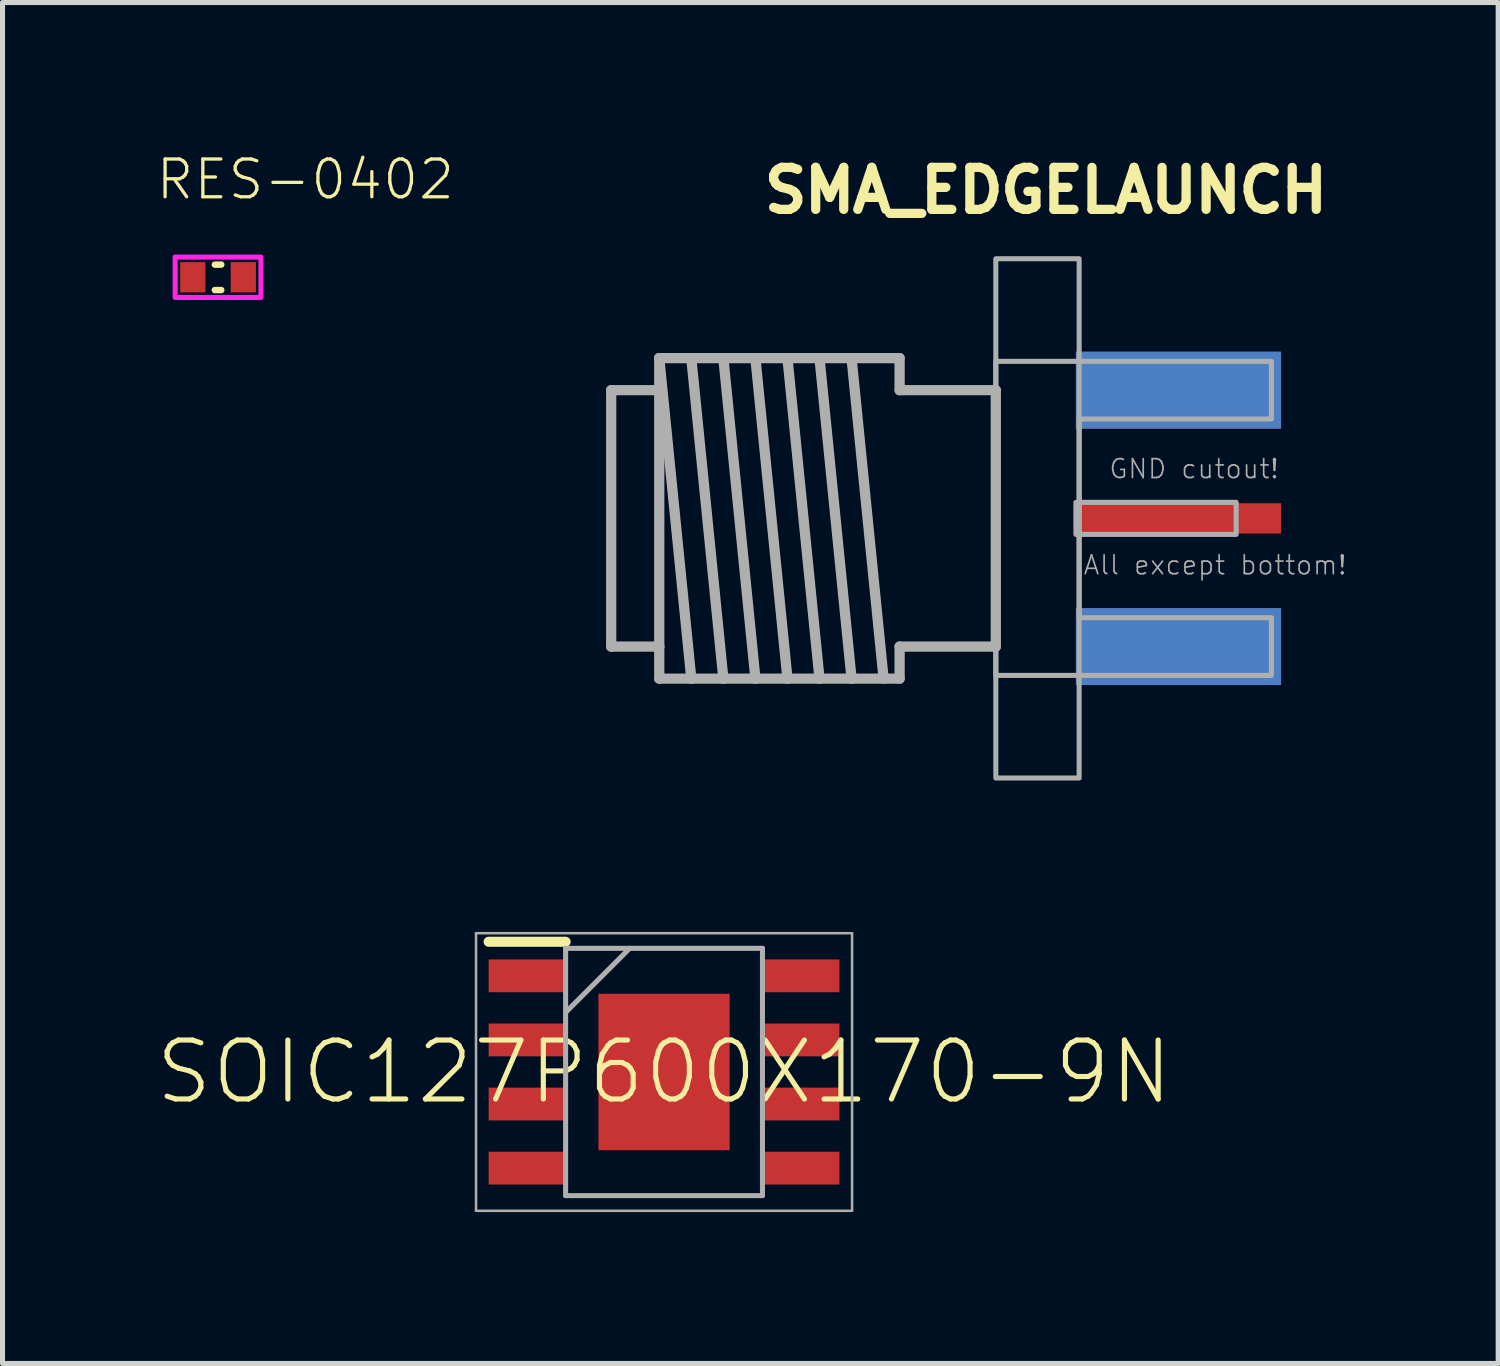
<source format=kicad_pcb>
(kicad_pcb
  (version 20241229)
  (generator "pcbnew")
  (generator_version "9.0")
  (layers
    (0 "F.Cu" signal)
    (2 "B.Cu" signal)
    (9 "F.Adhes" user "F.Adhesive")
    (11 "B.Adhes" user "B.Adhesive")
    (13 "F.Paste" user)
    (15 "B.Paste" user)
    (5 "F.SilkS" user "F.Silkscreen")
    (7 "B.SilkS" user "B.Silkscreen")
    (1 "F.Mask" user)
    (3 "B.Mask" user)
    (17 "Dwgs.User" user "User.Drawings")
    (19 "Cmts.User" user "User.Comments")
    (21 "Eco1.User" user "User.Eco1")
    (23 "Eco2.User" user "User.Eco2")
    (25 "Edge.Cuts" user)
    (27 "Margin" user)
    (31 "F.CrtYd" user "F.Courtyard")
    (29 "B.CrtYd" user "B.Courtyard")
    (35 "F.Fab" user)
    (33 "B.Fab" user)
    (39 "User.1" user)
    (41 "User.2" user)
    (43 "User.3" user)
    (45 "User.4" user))
  (footprint "RES-0402"
    (layer "F.Cu")
    (at 1.27 2.443)
    (property "Reference" "RES-0402" (at -1.27 -1.5 0) (unlocked yes) (layer "F.SilkS") (effects (font (size 0.748 0.748) (thickness 0.065)) (justify left bottom)))
    (fp_line (start -0.064 -0.25) (end 0.064 -0.25) (stroke (width 0.127) (type solid)) (layer "F.SilkS"))
    (fp_line (start -0.064 0.254) (end 0.064 0.254) (stroke (width 0.127) (type solid)) (layer "F.SilkS"))
    (fp_poly (pts (xy 0.85 0.4) (xy -0.85 0.4) (xy -0.85 -0.4) (xy 0.85 -0.4)) (stroke (width 0.1) (type default)) (fill no) (layer "F.CrtYd"))
    (pad "P$1" smd rect (at -0.5 0) (size 0.5 0.6) (layers "F.Cu" "F.Mask" "F.Paste"))
    (pad "P$2" smd rect (at 0.5 0) (size 0.5 0.6) (layers "F.Cu" "F.Mask" "F.Paste")))
  (footprint "SOIC127P600X170-9N"
    (layer "F.Cu")
    (at 10.106 18.188)
    (property "Reference" "SOIC127P600X170-9N" (at 0 0 0) (unlocked yes) (layer "F.SilkS") (effects (font (size 1.168 1.168) (thickness 0.102))))
    (fp_line (start -3.475 -2.58) (end -1.95 -2.58) (stroke (width 0.2) (type solid)) (layer "F.SilkS"))
    (fp_line (start -3.725 -2.75) (end 3.725 -2.75) (stroke (width 0.05) (type solid)) (layer "F.Fab"))
    (fp_line (start -3.725 2.75) (end -3.725 -2.75) (stroke (width 0.05) (type solid)) (layer "F.Fab"))
    (fp_line (start -1.95 -2.45) (end 1.95 -2.45) (stroke (width 0.1) (type solid)) (layer "F.Fab"))
    (fp_line (start -1.95 -1.18) (end -0.68 -2.45) (stroke (width 0.1) (type solid)) (layer "F.Fab"))
    (fp_line (start -1.95 2.45) (end -1.95 -2.45) (stroke (width 0.1) (type solid)) (layer "F.Fab"))
    (fp_line (start 1.95 -2.45) (end 1.95 2.45) (stroke (width 0.1) (type solid)) (layer "F.Fab"))
    (fp_line (start 1.95 2.45) (end -1.95 2.45) (stroke (width 0.1) (type solid)) (layer "F.Fab"))
    (fp_line (start 3.725 -2.75) (end 3.725 2.75) (stroke (width 0.05) (type solid)) (layer "F.Fab"))
    (fp_line (start 3.725 2.75) (end -3.725 2.75) (stroke (width 0.05) (type solid)) (layer "F.Fab"))
    (pad "1" smd rect (at -2.712 -1.905) (size 1.525 0.65) (layers "F.Cu" "F.Mask" "F.Paste"))
    (pad "2" smd rect (at -2.712 -0.635) (size 1.525 0.65) (layers "F.Cu" "F.Mask" "F.Paste"))
    (pad "3" smd rect (at -2.712 0.635) (size 1.525 0.65) (layers "F.Cu" "F.Mask" "F.Paste"))
    (pad "4" smd rect (at -2.712 1.905) (size 1.525 0.65) (layers "F.Cu" "F.Mask" "F.Paste"))
    (pad "5" smd rect (at 2.712 1.905) (size 1.525 0.65) (layers "F.Cu" "F.Mask" "F.Paste"))
    (pad "6" smd rect (at 2.712 0.635) (size 1.525 0.65) (layers "F.Cu" "F.Mask" "F.Paste"))
    (pad "7" smd rect (at 2.712 -0.635) (size 1.525 0.65) (layers "F.Cu" "F.Mask" "F.Paste"))
    (pad "8" smd rect (at 2.712 -1.905) (size 1.525 0.65) (layers "F.Cu" "F.Mask" "F.Paste"))
    (pad "9" smd rect (at 0 0 90) (size 3.1 2.6) (layers "F.Cu" "F.Mask" "F.Paste")))
  (footprint "SMA_EDGELAUNCH"
    (layer "F.Cu")
    (at 18.266 7.22)
    (property "Reference" "SMA_EDGELAUNCH" (at 5.08 -6.985 0) (unlocked yes) (layer "F.SilkS") (effects (font (size 0.833 0.833) (thickness 0.183)) (justify right top)))
    (fp_line (start -9.207 -2.54) (end -8.255 -2.54) (stroke (width 0.203) (type solid)) (layer "F.Fab"))
    (fp_line (start -9.207 2.54) (end -9.207 -2.54) (stroke (width 0.203) (type solid)) (layer "F.Fab"))
    (fp_line (start -8.255 -3.175) (end -7.62 -3.175) (stroke (width 0.203) (type solid)) (layer "F.Fab"))
    (fp_line (start -8.255 -3.175) (end -7.62 3.175) (stroke (width 0.203) (type solid)) (layer "F.Fab"))
    (fp_line (start -8.255 -2.54) (end -8.255 -3.175) (stroke (width 0.203) (type solid)) (layer "F.Fab"))
    (fp_line (start -8.255 -2.54) (end -8.255 2.54) (stroke (width 0.203) (type solid)) (layer "F.Fab"))
    (fp_line (start -8.255 2.54) (end -9.207 2.54) (stroke (width 0.203) (type solid)) (layer "F.Fab"))
    (fp_line (start -8.255 3.175) (end -8.255 2.54) (stroke (width 0.203) (type solid)) (layer "F.Fab"))
    (fp_line (start -7.62 -3.175) (end -6.985 -3.175) (stroke (width 0.203) (type solid)) (layer "F.Fab"))
    (fp_line (start -7.62 -3.175) (end -6.985 3.175) (stroke (width 0.203) (type solid)) (layer "F.Fab"))
    (fp_line (start -7.62 3.175) (end -8.255 3.175) (stroke (width 0.203) (type solid)) (layer "F.Fab"))
    (fp_line (start -6.985 -3.175) (end -6.35 -3.175) (stroke (width 0.203) (type solid)) (layer "F.Fab"))
    (fp_line (start -6.985 -3.175) (end -6.35 3.175) (stroke (width 0.203) (type solid)) (layer "F.Fab"))
    (fp_line (start -6.985 3.175) (end -7.62 3.175) (stroke (width 0.203) (type solid)) (layer "F.Fab"))
    (fp_line (start -6.35 -3.175) (end -5.715 -3.175) (stroke (width 0.203) (type solid)) (layer "F.Fab"))
    (fp_line (start -6.35 -3.175) (end -5.715 3.175) (stroke (width 0.203) (type solid)) (layer "F.Fab"))
    (fp_line (start -6.35 3.175) (end -6.985 3.175) (stroke (width 0.203) (type solid)) (layer "F.Fab"))
    (fp_line (start -5.715 -3.175) (end -5.08 -3.175) (stroke (width 0.203) (type solid)) (layer "F.Fab"))
    (fp_line (start -5.715 -3.175) (end -5.08 3.175) (stroke (width 0.203) (type solid)) (layer "F.Fab"))
    (fp_line (start -5.715 3.175) (end -6.35 3.175) (stroke (width 0.203) (type solid)) (layer "F.Fab"))
    (fp_line (start -5.08 -3.175) (end -4.445 -3.175) (stroke (width 0.203) (type solid)) (layer "F.Fab"))
    (fp_line (start -5.08 -3.175) (end -4.445 3.175) (stroke (width 0.203) (type solid)) (layer "F.Fab"))
    (fp_line (start -5.08 3.175) (end -5.715 3.175) (stroke (width 0.203) (type solid)) (layer "F.Fab"))
    (fp_line (start -4.445 -3.175) (end -3.81 3.175) (stroke (width 0.203) (type solid)) (layer "F.Fab"))
    (fp_line (start -4.445 -3.175) (end -3.493 -3.175) (stroke (width 0.203) (type solid)) (layer "F.Fab"))
    (fp_line (start -4.445 3.175) (end -5.08 3.175) (stroke (width 0.203) (type solid)) (layer "F.Fab"))
    (fp_line (start -3.493 -3.175) (end -3.493 -2.54) (stroke (width 0.203) (type solid)) (layer "F.Fab"))
    (fp_line (start -3.493 -2.54) (end -1.587 -2.54) (stroke (width 0.203) (type solid)) (layer "F.Fab"))
    (fp_line (start -3.493 2.54) (end -3.493 3.175) (stroke (width 0.203) (type solid)) (layer "F.Fab"))
    (fp_line (start -3.493 3.175) (end -4.445 3.175) (stroke (width 0.203) (type solid)) (layer "F.Fab"))
    (fp_line (start -1.587 -2.54) (end -1.587 2.54) (stroke (width 0.203) (type solid)) (layer "F.Fab"))
    (fp_line (start -1.587 2.54) (end -3.493 2.54) (stroke (width 0.203) (type solid)) (layer "F.Fab"))
    (fp_poly (pts (xy 0 0.318) (xy 3.175 0.318) (xy 3.175 -0.318) (xy 0 -0.318)) (stroke (width 0.1) (type default)) (fill no) (layer "F.Fab"))
    (fp_poly (pts (xy 0.064 5.144) (xy -1.587 5.144) (xy -1.587 -5.144) (xy 0.064 -5.144)) (stroke (width 0.1) (type default)) (fill no) (layer "F.Fab"))
    (fp_poly (pts (xy 3.873 -1.968) (xy 0.064 -1.968) (xy 0.064 1.968) (xy 3.873 1.968) (xy 3.873 3.111) (xy -1.587 3.111) (xy -1.587 -3.111) (xy 3.873 -3.111)) (stroke (width 0.1) (type default)) (fill no) (layer "F.Fab"))
    (fp_text user "All except bottom!" (at 0.127 1.143 0) (unlocked yes) (layer "F.Fab") (effects (font (size 0.374 0.374) (thickness 0.033)) (justify left bottom)))
    (fp_text user "GND cutout!" (at 0.635 -0.762 0) (unlocked yes) (layer "F.Fab") (effects (font (size 0.374 0.374) (thickness 0.033)) (justify left bottom)))
    (pad "GND@1" smd rect (at 2.032 2.54 90) (size 1.524 4.064) (layers "F.Cu" "F.Mask"))
    (pad "GND@2" smd rect (at 2.032 -2.54 90) (size 1.524 4.064) (layers "F.Cu" "F.Mask"))
    (pad "GND@3" smd rect (at 2.032 -2.54 90) (size 1.524 4.064) (layers "B.Cu" "B.Mask"))
    (pad "GND@4" smd rect (at 2.032 2.54 90) (size 1.524 4.064) (layers "B.Cu" "B.Mask"))
    (pad "P" smd rect (at 2.032 0 90) (size 0.6 4.064) (layers "F.Cu" "F.Mask"))
    (zone (net_name "") (layer "In1.Cu") (hatch edge 0.5) (connect_pads) (min_thickness 0.25) (filled_areas_thickness no) (keepout (tracks allowed) (vias allowed) (pads allowed) (copperpour not_allowed) (footprints allowed)) (placement (enabled no)) (fill) (polygon (pts (xy 23.092 5.569) (xy 23.092 8.871) (xy 17.885 8.871) (xy 17.885 5.569))))
    (zone (net_name "") (layer "In2.Cu") (hatch edge 0.5) (connect_pads) (min_thickness 0.25) (filled_areas_thickness no) (keepout (tracks allowed) (vias allowed) (pads allowed) (copperpour not_allowed) (footprints allowed)) (placement (enabled no)) (fill) (polygon (pts (xy 23.092 5.569) (xy 23.092 8.871) (xy 17.885 8.871) (xy 17.885 5.569))))
    (zone (net_name "") (layer "In3.Cu") (hatch edge 0.5) (connect_pads) (min_thickness 0.25) (filled_areas_thickness no) (keepout (tracks allowed) (vias allowed) (pads allowed) (copperpour not_allowed) (footprints allowed)) (placement (enabled no)) (fill) (polygon (pts (xy 23.092 5.569) (xy 23.092 8.871) (xy 17.885 8.871) (xy 17.885 5.569))))
    (zone (net_name "") (layer "In4.Cu") (hatch edge 0.5) (connect_pads) (min_thickness 0.25) (filled_areas_thickness no) (keepout (tracks allowed) (vias allowed) (pads allowed) (copperpour not_allowed) (footprints allowed)) (placement (enabled no)) (fill) (polygon (pts (xy 23.092 5.569) (xy 23.092 8.871) (xy 17.885 8.871) (xy 17.885 5.569))))
    (zone (net_name "") (layer "In5.Cu") (hatch edge 0.5) (connect_pads) (min_thickness 0.25) (filled_areas_thickness no) (keepout (tracks allowed) (vias allowed) (pads allowed) (copperpour not_allowed) (footprints allowed)) (placement (enabled no)) (fill) (polygon (pts (xy 23.092 5.569) (xy 23.092 8.871) (xy 17.885 8.871) (xy 17.885 5.569))))
    (zone (net_name "") (layer "In6.Cu") (hatch edge 0.5) (connect_pads) (min_thickness 0.25) (filled_areas_thickness no) (keepout (tracks allowed) (vias allowed) (pads allowed) (copperpour not_allowed) (footprints allowed)) (placement (enabled no)) (fill) (polygon (pts (xy 23.092 5.569) (xy 23.092 8.871) (xy 17.885 8.871) (xy 17.885 5.569))))
    (zone (net_name "") (layer "In7.Cu") (hatch edge 0.5) (connect_pads) (min_thickness 0.25) (filled_areas_thickness no) (keepout (tracks allowed) (vias allowed) (pads allowed) (copperpour not_allowed) (footprints allowed)) (placement (enabled no)) (fill) (polygon (pts (xy 23.092 5.569) (xy 23.092 8.871) (xy 17.885 8.871) (xy 17.885 5.569))))
    (zone (net_name "") (layer "In8.Cu") (hatch edge 0.5) (connect_pads) (min_thickness 0.25) (filled_areas_thickness no) (keepout (tracks allowed) (vias allowed) (pads allowed) (copperpour not_allowed) (footprints allowed)) (placement (enabled no)) (fill) (polygon (pts (xy 23.092 5.569) (xy 23.092 8.871) (xy 17.885 8.871) (xy 17.885 5.569))))
    (zone (net_name "") (layer "In8.Cu") (hatch edge 0.5) (connect_pads) (min_thickness 0.25) (filled_areas_thickness no) (keepout (tracks allowed) (vias allowed) (pads allowed) (copperpour not_allowed) (footprints allowed)) (placement (enabled no)) (fill) (polygon (pts (xy 23.092 5.569) (xy 23.092 8.871) (xy 17.885 8.871) (xy 17.885 5.569)))))
  (gr_rect
    (start -3 -3)
    (end 26.632 23.963)
    (stroke (width 0.1) (type default))
    (fill no)
    (layer "Edge.Cuts")))
</source>
